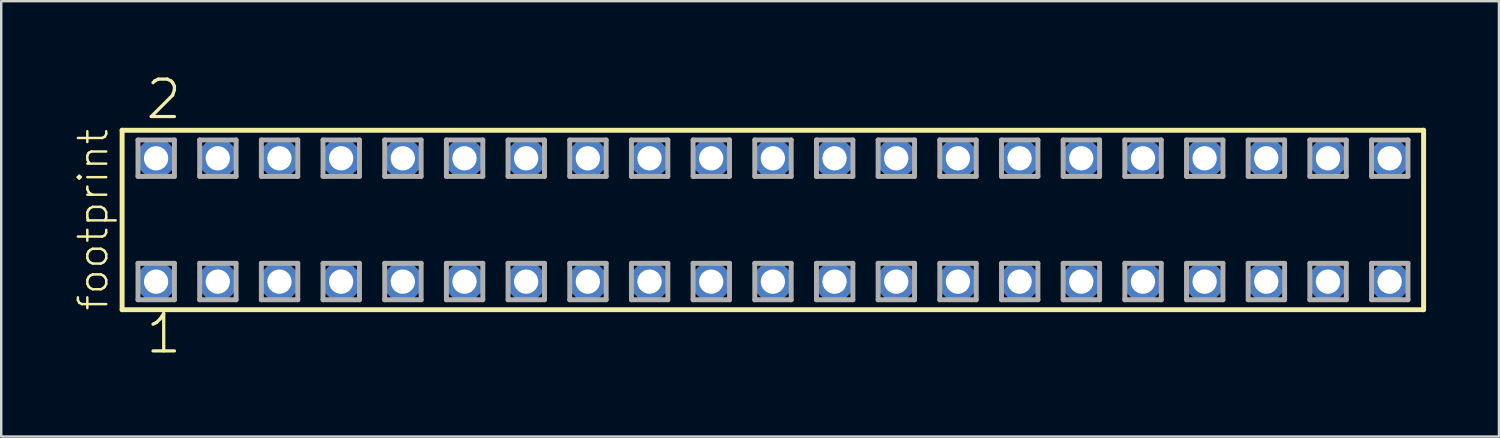
<source format=kicad_pcb>
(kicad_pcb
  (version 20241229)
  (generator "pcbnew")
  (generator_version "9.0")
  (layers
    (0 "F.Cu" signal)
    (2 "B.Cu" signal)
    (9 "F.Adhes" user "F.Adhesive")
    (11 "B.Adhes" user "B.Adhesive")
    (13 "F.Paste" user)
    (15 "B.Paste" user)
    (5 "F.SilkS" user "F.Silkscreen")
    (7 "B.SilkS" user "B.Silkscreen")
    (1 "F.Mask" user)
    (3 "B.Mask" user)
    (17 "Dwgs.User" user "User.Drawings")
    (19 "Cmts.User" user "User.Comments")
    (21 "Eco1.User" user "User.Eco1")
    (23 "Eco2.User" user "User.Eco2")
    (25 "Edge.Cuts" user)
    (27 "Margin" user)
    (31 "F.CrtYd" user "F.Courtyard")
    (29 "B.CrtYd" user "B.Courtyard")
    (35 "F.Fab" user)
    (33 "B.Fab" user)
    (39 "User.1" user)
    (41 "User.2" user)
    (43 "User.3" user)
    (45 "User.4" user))
  (footprint "footprint"
    (layer "F.Cu")
    (at 28.778 6.009)
    (property "Reference" "footprint" (at -27.305 3.81 90) (layer "F.SilkS") (effects (font (size 1.168 1.168) (thickness 0.102)) (justify left bottom)))
    (fp_line (start -26.799 -3.695) (end 26.799 -3.695) (stroke (width 0.203) (type solid)) (layer "F.SilkS"))
    (fp_line (start -26.799 3.695) (end -26.799 -3.695) (stroke (width 0.203) (type solid)) (layer "F.SilkS"))
    (fp_line (start 26.799 -3.695) (end 26.799 3.695) (stroke (width 0.203) (type solid)) (layer "F.SilkS"))
    (fp_line (start 26.799 3.695) (end -26.799 3.695) (stroke (width 0.203) (type solid)) (layer "F.SilkS"))
    (fp_line (start -26.145 -3.295) (end -24.645 -3.295) (stroke (width 0.203) (type solid)) (layer "F.Fab"))
    (fp_line (start -26.145 -1.795) (end -26.145 -3.295) (stroke (width 0.203) (type solid)) (layer "F.Fab"))
    (fp_line (start -26.145 1.785) (end -24.645 1.785) (stroke (width 0.203) (type solid)) (layer "F.Fab"))
    (fp_line (start -26.145 3.285) (end -26.145 1.785) (stroke (width 0.203) (type solid)) (layer "F.Fab"))
    (fp_line (start -24.645 -3.295) (end -24.645 -1.795) (stroke (width 0.203) (type solid)) (layer "F.Fab"))
    (fp_line (start -24.645 -1.795) (end -26.145 -1.795) (stroke (width 0.203) (type solid)) (layer "F.Fab"))
    (fp_line (start -24.645 1.785) (end -24.645 3.285) (stroke (width 0.203) (type solid)) (layer "F.Fab"))
    (fp_line (start -24.645 3.285) (end -26.145 3.285) (stroke (width 0.203) (type solid)) (layer "F.Fab"))
    (fp_line (start -23.605 -3.295) (end -22.105 -3.295) (stroke (width 0.203) (type solid)) (layer "F.Fab"))
    (fp_line (start -23.605 -1.795) (end -23.605 -3.295) (stroke (width 0.203) (type solid)) (layer "F.Fab"))
    (fp_line (start -23.605 1.785) (end -22.105 1.785) (stroke (width 0.203) (type solid)) (layer "F.Fab"))
    (fp_line (start -23.605 3.285) (end -23.605 1.785) (stroke (width 0.203) (type solid)) (layer "F.Fab"))
    (fp_line (start -22.105 -3.295) (end -22.105 -1.795) (stroke (width 0.203) (type solid)) (layer "F.Fab"))
    (fp_line (start -22.105 -1.795) (end -23.605 -1.795) (stroke (width 0.203) (type solid)) (layer "F.Fab"))
    (fp_line (start -22.105 1.785) (end -22.105 3.285) (stroke (width 0.203) (type solid)) (layer "F.Fab"))
    (fp_line (start -22.105 3.285) (end -23.605 3.285) (stroke (width 0.203) (type solid)) (layer "F.Fab"))
    (fp_line (start -21.065 -3.295) (end -19.565 -3.295) (stroke (width 0.203) (type solid)) (layer "F.Fab"))
    (fp_line (start -21.065 -1.795) (end -21.065 -3.295) (stroke (width 0.203) (type solid)) (layer "F.Fab"))
    (fp_line (start -21.065 1.785) (end -19.565 1.785) (stroke (width 0.203) (type solid)) (layer "F.Fab"))
    (fp_line (start -21.065 3.285) (end -21.065 1.785) (stroke (width 0.203) (type solid)) (layer "F.Fab"))
    (fp_line (start -19.565 -3.295) (end -19.565 -1.795) (stroke (width 0.203) (type solid)) (layer "F.Fab"))
    (fp_line (start -19.565 -1.795) (end -21.065 -1.795) (stroke (width 0.203) (type solid)) (layer "F.Fab"))
    (fp_line (start -19.565 1.785) (end -19.565 3.285) (stroke (width 0.203) (type solid)) (layer "F.Fab"))
    (fp_line (start -19.565 3.285) (end -21.065 3.285) (stroke (width 0.203) (type solid)) (layer "F.Fab"))
    (fp_line (start -18.525 -3.295) (end -17.025 -3.295) (stroke (width 0.203) (type solid)) (layer "F.Fab"))
    (fp_line (start -18.525 -1.795) (end -18.525 -3.295) (stroke (width 0.203) (type solid)) (layer "F.Fab"))
    (fp_line (start -18.525 1.785) (end -17.025 1.785) (stroke (width 0.203) (type solid)) (layer "F.Fab"))
    (fp_line (start -18.525 3.285) (end -18.525 1.785) (stroke (width 0.203) (type solid)) (layer "F.Fab"))
    (fp_line (start -17.025 -3.295) (end -17.025 -1.795) (stroke (width 0.203) (type solid)) (layer "F.Fab"))
    (fp_line (start -17.025 -1.795) (end -18.525 -1.795) (stroke (width 0.203) (type solid)) (layer "F.Fab"))
    (fp_line (start -17.025 1.785) (end -17.025 3.285) (stroke (width 0.203) (type solid)) (layer "F.Fab"))
    (fp_line (start -17.025 3.285) (end -18.525 3.285) (stroke (width 0.203) (type solid)) (layer "F.Fab"))
    (fp_line (start -15.985 -3.295) (end -14.485 -3.295) (stroke (width 0.203) (type solid)) (layer "F.Fab"))
    (fp_line (start -15.985 -1.795) (end -15.985 -3.295) (stroke (width 0.203) (type solid)) (layer "F.Fab"))
    (fp_line (start -15.985 1.785) (end -14.485 1.785) (stroke (width 0.203) (type solid)) (layer "F.Fab"))
    (fp_line (start -15.985 3.285) (end -15.985 1.785) (stroke (width 0.203) (type solid)) (layer "F.Fab"))
    (fp_line (start -14.485 -3.295) (end -14.485 -1.795) (stroke (width 0.203) (type solid)) (layer "F.Fab"))
    (fp_line (start -14.485 -1.795) (end -15.985 -1.795) (stroke (width 0.203) (type solid)) (layer "F.Fab"))
    (fp_line (start -14.485 1.785) (end -14.485 3.285) (stroke (width 0.203) (type solid)) (layer "F.Fab"))
    (fp_line (start -14.485 3.285) (end -15.985 3.285) (stroke (width 0.203) (type solid)) (layer "F.Fab"))
    (fp_line (start -13.445 -3.295) (end -11.945 -3.295) (stroke (width 0.203) (type solid)) (layer "F.Fab"))
    (fp_line (start -13.445 -1.795) (end -13.445 -3.295) (stroke (width 0.203) (type solid)) (layer "F.Fab"))
    (fp_line (start -13.445 1.785) (end -11.945 1.785) (stroke (width 0.203) (type solid)) (layer "F.Fab"))
    (fp_line (start -13.445 3.285) (end -13.445 1.785) (stroke (width 0.203) (type solid)) (layer "F.Fab"))
    (fp_line (start -11.945 -3.295) (end -11.945 -1.795) (stroke (width 0.203) (type solid)) (layer "F.Fab"))
    (fp_line (start -11.945 -1.795) (end -13.445 -1.795) (stroke (width 0.203) (type solid)) (layer "F.Fab"))
    (fp_line (start -11.945 1.785) (end -11.945 3.285) (stroke (width 0.203) (type solid)) (layer "F.Fab"))
    (fp_line (start -11.945 3.285) (end -13.445 3.285) (stroke (width 0.203) (type solid)) (layer "F.Fab"))
    (fp_line (start -10.905 -3.295) (end -9.405 -3.295) (stroke (width 0.203) (type solid)) (layer "F.Fab"))
    (fp_line (start -10.905 -1.795) (end -10.905 -3.295) (stroke (width 0.203) (type solid)) (layer "F.Fab"))
    (fp_line (start -10.905 1.785) (end -9.405 1.785) (stroke (width 0.203) (type solid)) (layer "F.Fab"))
    (fp_line (start -10.905 3.285) (end -10.905 1.785) (stroke (width 0.203) (type solid)) (layer "F.Fab"))
    (fp_line (start -9.405 -3.295) (end -9.405 -1.795) (stroke (width 0.203) (type solid)) (layer "F.Fab"))
    (fp_line (start -9.405 -1.795) (end -10.905 -1.795) (stroke (width 0.203) (type solid)) (layer "F.Fab"))
    (fp_line (start -9.405 1.785) (end -9.405 3.285) (stroke (width 0.203) (type solid)) (layer "F.Fab"))
    (fp_line (start -9.405 3.285) (end -10.905 3.285) (stroke (width 0.203) (type solid)) (layer "F.Fab"))
    (fp_line (start -8.365 -3.295) (end -6.865 -3.295) (stroke (width 0.203) (type solid)) (layer "F.Fab"))
    (fp_line (start -8.365 -1.795) (end -8.365 -3.295) (stroke (width 0.203) (type solid)) (layer "F.Fab"))
    (fp_line (start -8.365 1.785) (end -6.865 1.785) (stroke (width 0.203) (type solid)) (layer "F.Fab"))
    (fp_line (start -8.365 3.285) (end -8.365 1.785) (stroke (width 0.203) (type solid)) (layer "F.Fab"))
    (fp_line (start -6.865 -3.295) (end -6.865 -1.795) (stroke (width 0.203) (type solid)) (layer "F.Fab"))
    (fp_line (start -6.865 -1.795) (end -8.365 -1.795) (stroke (width 0.203) (type solid)) (layer "F.Fab"))
    (fp_line (start -6.865 1.785) (end -6.865 3.285) (stroke (width 0.203) (type solid)) (layer "F.Fab"))
    (fp_line (start -6.865 3.285) (end -8.365 3.285) (stroke (width 0.203) (type solid)) (layer "F.Fab"))
    (fp_line (start -5.825 -3.295) (end -4.325 -3.295) (stroke (width 0.203) (type solid)) (layer "F.Fab"))
    (fp_line (start -5.825 -1.795) (end -5.825 -3.295) (stroke (width 0.203) (type solid)) (layer "F.Fab"))
    (fp_line (start -5.825 1.785) (end -4.325 1.785) (stroke (width 0.203) (type solid)) (layer "F.Fab"))
    (fp_line (start -5.825 3.285) (end -5.825 1.785) (stroke (width 0.203) (type solid)) (layer "F.Fab"))
    (fp_line (start -4.325 -3.295) (end -4.325 -1.795) (stroke (width 0.203) (type solid)) (layer "F.Fab"))
    (fp_line (start -4.325 -1.795) (end -5.825 -1.795) (stroke (width 0.203) (type solid)) (layer "F.Fab"))
    (fp_line (start -4.325 1.785) (end -4.325 3.285) (stroke (width 0.203) (type solid)) (layer "F.Fab"))
    (fp_line (start -4.325 3.285) (end -5.825 3.285) (stroke (width 0.203) (type solid)) (layer "F.Fab"))
    (fp_line (start -3.285 -3.295) (end -1.785 -3.295) (stroke (width 0.203) (type solid)) (layer "F.Fab"))
    (fp_line (start -3.285 -1.795) (end -3.285 -3.295) (stroke (width 0.203) (type solid)) (layer "F.Fab"))
    (fp_line (start -3.285 1.785) (end -1.785 1.785) (stroke (width 0.203) (type solid)) (layer "F.Fab"))
    (fp_line (start -3.285 3.285) (end -3.285 1.785) (stroke (width 0.203) (type solid)) (layer "F.Fab"))
    (fp_line (start -1.785 -3.295) (end -1.785 -1.795) (stroke (width 0.203) (type solid)) (layer "F.Fab"))
    (fp_line (start -1.785 -1.795) (end -3.285 -1.795) (stroke (width 0.203) (type solid)) (layer "F.Fab"))
    (fp_line (start -1.785 1.785) (end -1.785 3.285) (stroke (width 0.203) (type solid)) (layer "F.Fab"))
    (fp_line (start -1.785 3.285) (end -3.285 3.285) (stroke (width 0.203) (type solid)) (layer "F.Fab"))
    (fp_line (start -0.745 -3.295) (end 0.755 -3.295) (stroke (width 0.203) (type solid)) (layer "F.Fab"))
    (fp_line (start -0.745 -1.795) (end -0.745 -3.295) (stroke (width 0.203) (type solid)) (layer "F.Fab"))
    (fp_line (start -0.745 1.785) (end 0.755 1.785) (stroke (width 0.203) (type solid)) (layer "F.Fab"))
    (fp_line (start -0.745 3.285) (end -0.745 1.785) (stroke (width 0.203) (type solid)) (layer "F.Fab"))
    (fp_line (start 0.755 -3.295) (end 0.755 -1.795) (stroke (width 0.203) (type solid)) (layer "F.Fab"))
    (fp_line (start 0.755 -1.795) (end -0.745 -1.795) (stroke (width 0.203) (type solid)) (layer "F.Fab"))
    (fp_line (start 0.755 1.785) (end 0.755 3.285) (stroke (width 0.203) (type solid)) (layer "F.Fab"))
    (fp_line (start 0.755 3.285) (end -0.745 3.285) (stroke (width 0.203) (type solid)) (layer "F.Fab"))
    (fp_line (start 1.795 -3.295) (end 3.295 -3.295) (stroke (width 0.203) (type solid)) (layer "F.Fab"))
    (fp_line (start 1.795 -1.795) (end 1.795 -3.295) (stroke (width 0.203) (type solid)) (layer "F.Fab"))
    (fp_line (start 1.795 1.785) (end 3.295 1.785) (stroke (width 0.203) (type solid)) (layer "F.Fab"))
    (fp_line (start 1.795 3.285) (end 1.795 1.785) (stroke (width 0.203) (type solid)) (layer "F.Fab"))
    (fp_line (start 3.295 -3.295) (end 3.295 -1.795) (stroke (width 0.203) (type solid)) (layer "F.Fab"))
    (fp_line (start 3.295 -1.795) (end 1.795 -1.795) (stroke (width 0.203) (type solid)) (layer "F.Fab"))
    (fp_line (start 3.295 1.785) (end 3.295 3.285) (stroke (width 0.203) (type solid)) (layer "F.Fab"))
    (fp_line (start 3.295 3.285) (end 1.795 3.285) (stroke (width 0.203) (type solid)) (layer "F.Fab"))
    (fp_line (start 4.335 -3.295) (end 5.835 -3.295) (stroke (width 0.203) (type solid)) (layer "F.Fab"))
    (fp_line (start 4.335 -1.795) (end 4.335 -3.295) (stroke (width 0.203) (type solid)) (layer "F.Fab"))
    (fp_line (start 4.335 1.785) (end 5.835 1.785) (stroke (width 0.203) (type solid)) (layer "F.Fab"))
    (fp_line (start 4.335 3.285) (end 4.335 1.785) (stroke (width 0.203) (type solid)) (layer "F.Fab"))
    (fp_line (start 5.835 -3.295) (end 5.835 -1.795) (stroke (width 0.203) (type solid)) (layer "F.Fab"))
    (fp_line (start 5.835 -1.795) (end 4.335 -1.795) (stroke (width 0.203) (type solid)) (layer "F.Fab"))
    (fp_line (start 5.835 1.785) (end 5.835 3.285) (stroke (width 0.203) (type solid)) (layer "F.Fab"))
    (fp_line (start 5.835 3.285) (end 4.335 3.285) (stroke (width 0.203) (type solid)) (layer "F.Fab"))
    (fp_line (start 6.875 -3.295) (end 8.375 -3.295) (stroke (width 0.203) (type solid)) (layer "F.Fab"))
    (fp_line (start 6.875 -1.795) (end 6.875 -3.295) (stroke (width 0.203) (type solid)) (layer "F.Fab"))
    (fp_line (start 6.875 1.785) (end 8.375 1.785) (stroke (width 0.203) (type solid)) (layer "F.Fab"))
    (fp_line (start 6.875 3.285) (end 6.875 1.785) (stroke (width 0.203) (type solid)) (layer "F.Fab"))
    (fp_line (start 8.375 -3.295) (end 8.375 -1.795) (stroke (width 0.203) (type solid)) (layer "F.Fab"))
    (fp_line (start 8.375 -1.795) (end 6.875 -1.795) (stroke (width 0.203) (type solid)) (layer "F.Fab"))
    (fp_line (start 8.375 1.785) (end 8.375 3.285) (stroke (width 0.203) (type solid)) (layer "F.Fab"))
    (fp_line (start 8.375 3.285) (end 6.875 3.285) (stroke (width 0.203) (type solid)) (layer "F.Fab"))
    (fp_line (start 9.415 -3.295) (end 10.915 -3.295) (stroke (width 0.203) (type solid)) (layer "F.Fab"))
    (fp_line (start 9.415 -1.795) (end 9.415 -3.295) (stroke (width 0.203) (type solid)) (layer "F.Fab"))
    (fp_line (start 9.415 1.785) (end 10.915 1.785) (stroke (width 0.203) (type solid)) (layer "F.Fab"))
    (fp_line (start 9.415 3.285) (end 9.415 1.785) (stroke (width 0.203) (type solid)) (layer "F.Fab"))
    (fp_line (start 10.915 -3.295) (end 10.915 -1.795) (stroke (width 0.203) (type solid)) (layer "F.Fab"))
    (fp_line (start 10.915 -1.795) (end 9.415 -1.795) (stroke (width 0.203) (type solid)) (layer "F.Fab"))
    (fp_line (start 10.915 1.785) (end 10.915 3.285) (stroke (width 0.203) (type solid)) (layer "F.Fab"))
    (fp_line (start 10.915 3.285) (end 9.415 3.285) (stroke (width 0.203) (type solid)) (layer "F.Fab"))
    (fp_line (start 11.955 -3.295) (end 13.455 -3.295) (stroke (width 0.203) (type solid)) (layer "F.Fab"))
    (fp_line (start 11.955 -1.795) (end 11.955 -3.295) (stroke (width 0.203) (type solid)) (layer "F.Fab"))
    (fp_line (start 11.955 1.785) (end 13.455 1.785) (stroke (width 0.203) (type solid)) (layer "F.Fab"))
    (fp_line (start 11.955 3.285) (end 11.955 1.785) (stroke (width 0.203) (type solid)) (layer "F.Fab"))
    (fp_line (start 13.455 -3.295) (end 13.455 -1.795) (stroke (width 0.203) (type solid)) (layer "F.Fab"))
    (fp_line (start 13.455 -1.795) (end 11.955 -1.795) (stroke (width 0.203) (type solid)) (layer "F.Fab"))
    (fp_line (start 13.455 1.785) (end 13.455 3.285) (stroke (width 0.203) (type solid)) (layer "F.Fab"))
    (fp_line (start 13.455 3.285) (end 11.955 3.285) (stroke (width 0.203) (type solid)) (layer "F.Fab"))
    (fp_line (start 14.495 -3.295) (end 15.995 -3.295) (stroke (width 0.203) (type solid)) (layer "F.Fab"))
    (fp_line (start 14.495 -1.795) (end 14.495 -3.295) (stroke (width 0.203) (type solid)) (layer "F.Fab"))
    (fp_line (start 14.495 1.785) (end 15.995 1.785) (stroke (width 0.203) (type solid)) (layer "F.Fab"))
    (fp_line (start 14.495 3.285) (end 14.495 1.785) (stroke (width 0.203) (type solid)) (layer "F.Fab"))
    (fp_line (start 15.995 -3.295) (end 15.995 -1.795) (stroke (width 0.203) (type solid)) (layer "F.Fab"))
    (fp_line (start 15.995 -1.795) (end 14.495 -1.795) (stroke (width 0.203) (type solid)) (layer "F.Fab"))
    (fp_line (start 15.995 1.785) (end 15.995 3.285) (stroke (width 0.203) (type solid)) (layer "F.Fab"))
    (fp_line (start 15.995 3.285) (end 14.495 3.285) (stroke (width 0.203) (type solid)) (layer "F.Fab"))
    (fp_line (start 17.035 -3.295) (end 18.535 -3.295) (stroke (width 0.203) (type solid)) (layer "F.Fab"))
    (fp_line (start 17.035 -1.795) (end 17.035 -3.295) (stroke (width 0.203) (type solid)) (layer "F.Fab"))
    (fp_line (start 17.035 1.785) (end 18.535 1.785) (stroke (width 0.203) (type solid)) (layer "F.Fab"))
    (fp_line (start 17.035 3.285) (end 17.035 1.785) (stroke (width 0.203) (type solid)) (layer "F.Fab"))
    (fp_line (start 18.535 -3.295) (end 18.535 -1.795) (stroke (width 0.203) (type solid)) (layer "F.Fab"))
    (fp_line (start 18.535 -1.795) (end 17.035 -1.795) (stroke (width 0.203) (type solid)) (layer "F.Fab"))
    (fp_line (start 18.535 1.785) (end 18.535 3.285) (stroke (width 0.203) (type solid)) (layer "F.Fab"))
    (fp_line (start 18.535 3.285) (end 17.035 3.285) (stroke (width 0.203) (type solid)) (layer "F.Fab"))
    (fp_line (start 19.575 -3.295) (end 21.075 -3.295) (stroke (width 0.203) (type solid)) (layer "F.Fab"))
    (fp_line (start 19.575 -1.795) (end 19.575 -3.295) (stroke (width 0.203) (type solid)) (layer "F.Fab"))
    (fp_line (start 19.575 1.785) (end 21.075 1.785) (stroke (width 0.203) (type solid)) (layer "F.Fab"))
    (fp_line (start 19.575 3.285) (end 19.575 1.785) (stroke (width 0.203) (type solid)) (layer "F.Fab"))
    (fp_line (start 21.075 -3.295) (end 21.075 -1.795) (stroke (width 0.203) (type solid)) (layer "F.Fab"))
    (fp_line (start 21.075 -1.795) (end 19.575 -1.795) (stroke (width 0.203) (type solid)) (layer "F.Fab"))
    (fp_line (start 21.075 1.785) (end 21.075 3.285) (stroke (width 0.203) (type solid)) (layer "F.Fab"))
    (fp_line (start 21.075 3.285) (end 19.575 3.285) (stroke (width 0.203) (type solid)) (layer "F.Fab"))
    (fp_line (start 22.115 -3.295) (end 23.615 -3.295) (stroke (width 0.203) (type solid)) (layer "F.Fab"))
    (fp_line (start 22.115 -1.795) (end 22.115 -3.295) (stroke (width 0.203) (type solid)) (layer "F.Fab"))
    (fp_line (start 22.115 1.785) (end 23.615 1.785) (stroke (width 0.203) (type solid)) (layer "F.Fab"))
    (fp_line (start 22.115 3.285) (end 22.115 1.785) (stroke (width 0.203) (type solid)) (layer "F.Fab"))
    (fp_line (start 23.615 -3.295) (end 23.615 -1.795) (stroke (width 0.203) (type solid)) (layer "F.Fab"))
    (fp_line (start 23.615 -1.795) (end 22.115 -1.795) (stroke (width 0.203) (type solid)) (layer "F.Fab"))
    (fp_line (start 23.615 1.785) (end 23.615 3.285) (stroke (width 0.203) (type solid)) (layer "F.Fab"))
    (fp_line (start 23.615 3.285) (end 22.115 3.285) (stroke (width 0.203) (type solid)) (layer "F.Fab"))
    (fp_line (start 24.655 -3.295) (end 26.155 -3.295) (stroke (width 0.203) (type solid)) (layer "F.Fab"))
    (fp_line (start 24.655 -1.795) (end 24.655 -3.295) (stroke (width 0.203) (type solid)) (layer "F.Fab"))
    (fp_line (start 24.655 1.785) (end 26.155 1.785) (stroke (width 0.203) (type solid)) (layer "F.Fab"))
    (fp_line (start 24.655 3.285) (end 24.655 1.785) (stroke (width 0.203) (type solid)) (layer "F.Fab"))
    (fp_line (start 26.155 -3.295) (end 26.155 -1.795) (stroke (width 0.203) (type solid)) (layer "F.Fab"))
    (fp_line (start 26.155 -1.795) (end 24.655 -1.795) (stroke (width 0.203) (type solid)) (layer "F.Fab"))
    (fp_line (start 26.155 1.785) (end 26.155 3.285) (stroke (width 0.203) (type solid)) (layer "F.Fab"))
    (fp_line (start 26.155 3.285) (end 24.655 3.285) (stroke (width 0.203) (type solid)) (layer "F.Fab"))
    (fp_text user "1" (at -25.908 5.588 0) (layer "F.SilkS") (effects (font (size 1.542 1.542) (thickness 0.134)) (justify left bottom)))
    (fp_text user "2" (at -25.908 -4.064 0) (layer "F.SilkS") (effects (font (size 1.542 1.542) (thickness 0.134)) (justify left bottom)))
    (pad "1" thru_hole roundrect (at -25.4 2.54) (size 1.5 1.5) (drill 1) (layers "*.Cu" "*.Mask") (roundrect_rratio 0.25) (chamfer_ratio 0.25) (chamfer top_left top_right bottom_left bottom_right))
    (pad "2" thru_hole roundrect (at -25.4 -2.54) (size 1.5 1.5) (drill 1) (layers "*.Cu" "*.Mask") (roundrect_rratio 0.25) (chamfer_ratio 0.25) (chamfer top_left top_right bottom_left bottom_right))
    (pad "3" thru_hole roundrect (at -22.86 2.54) (size 1.5 1.5) (drill 1) (layers "*.Cu" "*.Mask") (roundrect_rratio 0.25) (chamfer_ratio 0.25) (chamfer top_left top_right bottom_left bottom_right))
    (pad "4" thru_hole roundrect (at -22.86 -2.54) (size 1.5 1.5) (drill 1) (layers "*.Cu" "*.Mask") (roundrect_rratio 0.25) (chamfer_ratio 0.25) (chamfer top_left top_right bottom_left bottom_right))
    (pad "5" thru_hole roundrect (at -20.32 2.54) (size 1.5 1.5) (drill 1) (layers "*.Cu" "*.Mask") (roundrect_rratio 0.25) (chamfer_ratio 0.25) (chamfer top_left top_right bottom_left bottom_right))
    (pad "6" thru_hole roundrect (at -20.32 -2.54) (size 1.5 1.5) (drill 1) (layers "*.Cu" "*.Mask") (roundrect_rratio 0.25) (chamfer_ratio 0.25) (chamfer top_left top_right bottom_left bottom_right))
    (pad "7" thru_hole roundrect (at -17.78 2.54) (size 1.5 1.5) (drill 1) (layers "*.Cu" "*.Mask") (roundrect_rratio 0.25) (chamfer_ratio 0.25) (chamfer top_left top_right bottom_left bottom_right))
    (pad "8" thru_hole roundrect (at -17.78 -2.54) (size 1.5 1.5) (drill 1) (layers "*.Cu" "*.Mask") (roundrect_rratio 0.25) (chamfer_ratio 0.25) (chamfer top_left top_right bottom_left bottom_right))
    (pad "9" thru_hole roundrect (at -15.24 2.54) (size 1.5 1.5) (drill 1) (layers "*.Cu" "*.Mask") (roundrect_rratio 0.25) (chamfer_ratio 0.25) (chamfer top_left top_right bottom_left bottom_right))
    (pad "10" thru_hole roundrect (at -15.24 -2.54) (size 1.5 1.5) (drill 1) (layers "*.Cu" "*.Mask") (roundrect_rratio 0.25) (chamfer_ratio 0.25) (chamfer top_left top_right bottom_left bottom_right))
    (pad "11" thru_hole roundrect (at -12.7 2.54) (size 1.5 1.5) (drill 1) (layers "*.Cu" "*.Mask") (roundrect_rratio 0.25) (chamfer_ratio 0.25) (chamfer top_left top_right bottom_left bottom_right))
    (pad "12" thru_hole roundrect (at -12.7 -2.54) (size 1.5 1.5) (drill 1) (layers "*.Cu" "*.Mask") (roundrect_rratio 0.25) (chamfer_ratio 0.25) (chamfer top_left top_right bottom_left bottom_right))
    (pad "13" thru_hole roundrect (at -10.16 2.54) (size 1.5 1.5) (drill 1) (layers "*.Cu" "*.Mask") (roundrect_rratio 0.25) (chamfer_ratio 0.25) (chamfer top_left top_right bottom_left bottom_right))
    (pad "14" thru_hole roundrect (at -10.16 -2.54) (size 1.5 1.5) (drill 1) (layers "*.Cu" "*.Mask") (roundrect_rratio 0.25) (chamfer_ratio 0.25) (chamfer top_left top_right bottom_left bottom_right))
    (pad "15" thru_hole roundrect (at -7.62 2.54) (size 1.5 1.5) (drill 1) (layers "*.Cu" "*.Mask") (roundrect_rratio 0.25) (chamfer_ratio 0.25) (chamfer top_left top_right bottom_left bottom_right))
    (pad "16" thru_hole roundrect (at -7.62 -2.54) (size 1.5 1.5) (drill 1) (layers "*.Cu" "*.Mask") (roundrect_rratio 0.25) (chamfer_ratio 0.25) (chamfer top_left top_right bottom_left bottom_right))
    (pad "17" thru_hole roundrect (at -5.08 2.54) (size 1.5 1.5) (drill 1) (layers "*.Cu" "*.Mask") (roundrect_rratio 0.25) (chamfer_ratio 0.25) (chamfer top_left top_right bottom_left bottom_right))
    (pad "18" thru_hole roundrect (at -5.08 -2.54) (size 1.5 1.5) (drill 1) (layers "*.Cu" "*.Mask") (roundrect_rratio 0.25) (chamfer_ratio 0.25) (chamfer top_left top_right bottom_left bottom_right))
    (pad "19" thru_hole roundrect (at -2.54 2.54) (size 1.5 1.5) (drill 1) (layers "*.Cu" "*.Mask") (roundrect_rratio 0.25) (chamfer_ratio 0.25) (chamfer top_left top_right bottom_left bottom_right))
    (pad "20" thru_hole roundrect (at -2.54 -2.54) (size 1.5 1.5) (drill 1) (layers "*.Cu" "*.Mask") (roundrect_rratio 0.25) (chamfer_ratio 0.25) (chamfer top_left top_right bottom_left bottom_right))
    (pad "21" thru_hole roundrect (at 0 2.54) (size 1.5 1.5) (drill 1) (layers "*.Cu" "*.Mask") (roundrect_rratio 0.25) (chamfer_ratio 0.25) (chamfer top_left top_right bottom_left bottom_right))
    (pad "22" thru_hole roundrect (at 0 -2.54) (size 1.5 1.5) (drill 1) (layers "*.Cu" "*.Mask") (roundrect_rratio 0.25) (chamfer_ratio 0.25) (chamfer top_left top_right bottom_left bottom_right))
    (pad "23" thru_hole roundrect (at 2.54 2.54) (size 1.5 1.5) (drill 1) (layers "*.Cu" "*.Mask") (roundrect_rratio 0.25) (chamfer_ratio 0.25) (chamfer top_left top_right bottom_left bottom_right))
    (pad "24" thru_hole roundrect (at 2.54 -2.54) (size 1.5 1.5) (drill 1) (layers "*.Cu" "*.Mask") (roundrect_rratio 0.25) (chamfer_ratio 0.25) (chamfer top_left top_right bottom_left bottom_right))
    (pad "25" thru_hole roundrect (at 5.08 2.54) (size 1.5 1.5) (drill 1) (layers "*.Cu" "*.Mask") (roundrect_rratio 0.25) (chamfer_ratio 0.25) (chamfer top_left top_right bottom_left bottom_right))
    (pad "26" thru_hole roundrect (at 5.08 -2.54) (size 1.5 1.5) (drill 1) (layers "*.Cu" "*.Mask") (roundrect_rratio 0.25) (chamfer_ratio 0.25) (chamfer top_left top_right bottom_left bottom_right))
    (pad "27" thru_hole roundrect (at 7.62 2.54) (size 1.5 1.5) (drill 1) (layers "*.Cu" "*.Mask") (roundrect_rratio 0.25) (chamfer_ratio 0.25) (chamfer top_left top_right bottom_left bottom_right))
    (pad "28" thru_hole roundrect (at 7.62 -2.54) (size 1.5 1.5) (drill 1) (layers "*.Cu" "*.Mask") (roundrect_rratio 0.25) (chamfer_ratio 0.25) (chamfer top_left top_right bottom_left bottom_right))
    (pad "29" thru_hole roundrect (at 10.16 2.54) (size 1.5 1.5) (drill 1) (layers "*.Cu" "*.Mask") (roundrect_rratio 0.25) (chamfer_ratio 0.25) (chamfer top_left top_right bottom_left bottom_right))
    (pad "30" thru_hole roundrect (at 10.16 -2.54) (size 1.5 1.5) (drill 1) (layers "*.Cu" "*.Mask") (roundrect_rratio 0.25) (chamfer_ratio 0.25) (chamfer top_left top_right bottom_left bottom_right))
    (pad "31" thru_hole roundrect (at 12.7 2.54) (size 1.5 1.5) (drill 1) (layers "*.Cu" "*.Mask") (roundrect_rratio 0.25) (chamfer_ratio 0.25) (chamfer top_left top_right bottom_left bottom_right))
    (pad "32" thru_hole roundrect (at 12.7 -2.54) (size 1.5 1.5) (drill 1) (layers "*.Cu" "*.Mask") (roundrect_rratio 0.25) (chamfer_ratio 0.25) (chamfer top_left top_right bottom_left bottom_right))
    (pad "33" thru_hole roundrect (at 15.24 2.54) (size 1.5 1.5) (drill 1) (layers "*.Cu" "*.Mask") (roundrect_rratio 0.25) (chamfer_ratio 0.25) (chamfer top_left top_right bottom_left bottom_right))
    (pad "34" thru_hole roundrect (at 15.24 -2.54) (size 1.5 1.5) (drill 1) (layers "*.Cu" "*.Mask") (roundrect_rratio 0.25) (chamfer_ratio 0.25) (chamfer top_left top_right bottom_left bottom_right))
    (pad "35" thru_hole roundrect (at 17.78 2.54) (size 1.5 1.5) (drill 1) (layers "*.Cu" "*.Mask") (roundrect_rratio 0.25) (chamfer_ratio 0.25) (chamfer top_left top_right bottom_left bottom_right))
    (pad "36" thru_hole roundrect (at 17.78 -2.54) (size 1.5 1.5) (drill 1) (layers "*.Cu" "*.Mask") (roundrect_rratio 0.25) (chamfer_ratio 0.25) (chamfer top_left top_right bottom_left bottom_right))
    (pad "37" thru_hole roundrect (at 20.32 2.54) (size 1.5 1.5) (drill 1) (layers "*.Cu" "*.Mask") (roundrect_rratio 0.25) (chamfer_ratio 0.25) (chamfer top_left top_right bottom_left bottom_right))
    (pad "38" thru_hole roundrect (at 20.32 -2.54) (size 1.5 1.5) (drill 1) (layers "*.Cu" "*.Mask") (roundrect_rratio 0.25) (chamfer_ratio 0.25) (chamfer top_left top_right bottom_left bottom_right))
    (pad "39" thru_hole roundrect (at 22.86 2.54) (size 1.5 1.5) (drill 1) (layers "*.Cu" "*.Mask") (roundrect_rratio 0.25) (chamfer_ratio 0.25) (chamfer top_left top_right bottom_left bottom_right))
    (pad "40" thru_hole roundrect (at 22.86 -2.54) (size 1.5 1.5) (drill 1) (layers "*.Cu" "*.Mask") (roundrect_rratio 0.25) (chamfer_ratio 0.25) (chamfer top_left top_right bottom_left bottom_right))
    (pad "41" thru_hole roundrect (at 25.4 2.54) (size 1.5 1.5) (drill 1) (layers "*.Cu" "*.Mask") (roundrect_rratio 0.25) (chamfer_ratio 0.25) (chamfer top_left top_right bottom_left bottom_right))
    (pad "42" thru_hole roundrect (at 25.4 -2.54) (size 1.5 1.5) (drill 1) (layers "*.Cu" "*.Mask") (roundrect_rratio 0.25) (chamfer_ratio 0.25) (chamfer top_left top_right bottom_left bottom_right)))
  (gr_rect
    (start -3 -3)
    (end 58.679 14.927)
    (stroke (width 0.1) (type default))
    (fill no)
    (layer "Edge.Cuts")))
</source>
